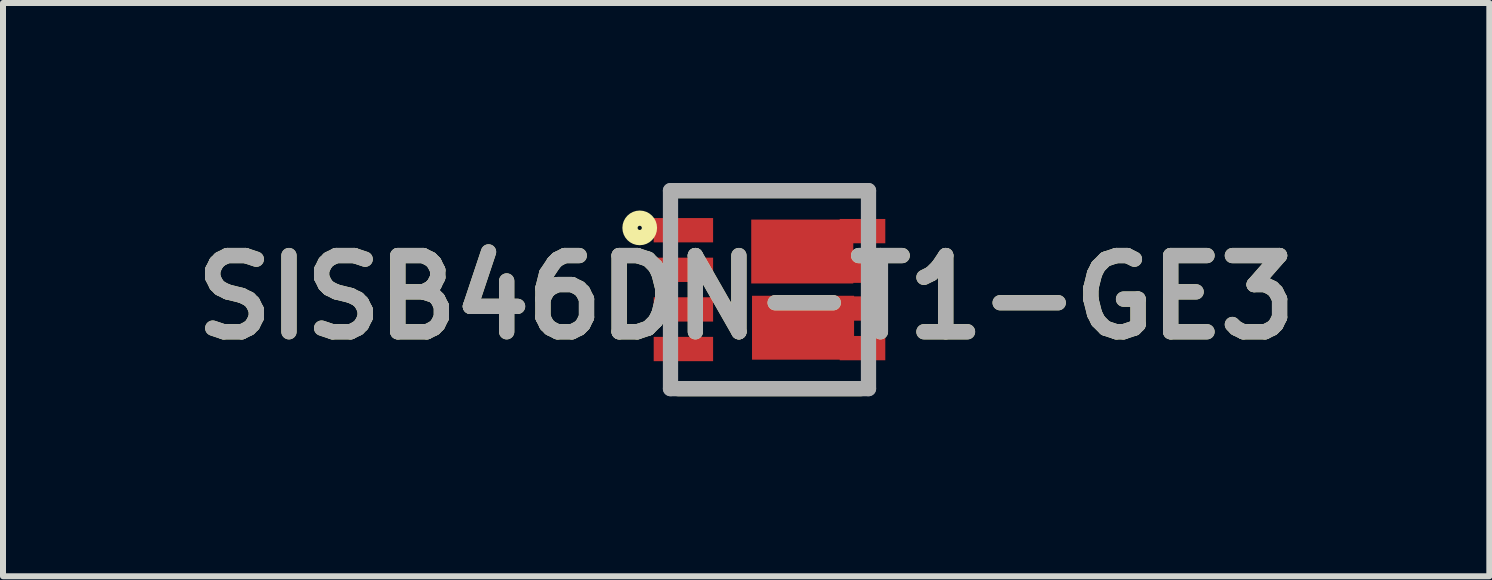
<source format=kicad_pcb>
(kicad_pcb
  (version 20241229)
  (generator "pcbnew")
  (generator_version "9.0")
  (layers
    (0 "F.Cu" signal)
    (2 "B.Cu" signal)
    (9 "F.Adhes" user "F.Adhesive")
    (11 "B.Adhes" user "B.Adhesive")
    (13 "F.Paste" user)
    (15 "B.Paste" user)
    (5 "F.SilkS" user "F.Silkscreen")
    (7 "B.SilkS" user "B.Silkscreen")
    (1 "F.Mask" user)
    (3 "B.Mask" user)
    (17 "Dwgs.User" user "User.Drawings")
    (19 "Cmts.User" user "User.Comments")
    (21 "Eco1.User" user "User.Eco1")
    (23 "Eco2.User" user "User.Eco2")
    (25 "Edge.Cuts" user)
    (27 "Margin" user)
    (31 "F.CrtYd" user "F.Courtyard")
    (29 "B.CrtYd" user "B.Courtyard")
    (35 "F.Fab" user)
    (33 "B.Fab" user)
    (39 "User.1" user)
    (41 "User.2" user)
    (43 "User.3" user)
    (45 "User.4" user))
  (footprint "SISB46DN-T1-GE3"
    (layer "F.Cu")
    (at 9.775 1.777)
    (property "Reference" "SISB46DN-T1-GE3" (at -0.389 0.128 0) (layer "F.SilkS") (effects (font (size 1.27 1.27) (thickness 0.254))))
    (attr smd)
    (fp_line (start -1.525 -1.65) (end 1.525 -1.65) (stroke (width 0.254) (type solid)) (layer "F.SilkS"))
    (fp_line (start -1.525 1.65) (end 1.525 1.65) (stroke (width 0.254) (type solid)) (layer "F.SilkS"))
    (fp_circle (center -2.163 -1.029) (end -2.163 -0.994) (stroke (width 0.254) (type solid)) (fill no) (layer "F.SilkS"))
    (fp_line (start -1.65 -1.65) (end 1.65 -1.65) (stroke (width 0.254) (type solid)) (layer "F.Fab"))
    (fp_line (start -1.65 1.65) (end -1.65 -1.65) (stroke (width 0.254) (type solid)) (layer "F.Fab"))
    (fp_line (start 1.65 -1.65) (end 1.65 1.65) (stroke (width 0.254) (type solid)) (layer "F.Fab"))
    (fp_line (start 1.65 1.65) (end -1.65 1.65) (stroke (width 0.254) (type solid)) (layer "F.Fab"))
    (fp_text user "${REFERENCE}" (at -0.389 0.128 0) (layer "F.Fab") (effects (font (size 1.27 1.27) (thickness 0.254))))
    (pad "1" smd rect (at -1.435 -0.99 90) (size 0.405 0.99) (layers "F.Cu" "F.Mask" "F.Paste"))
    (pad "2" smd rect (at -1.435 -0.33 90) (size 0.405 0.99) (layers "F.Cu" "F.Mask" "F.Paste"))
    (pad "3" smd rect (at -1.435 0.33 90) (size 0.405 0.99) (layers "F.Cu" "F.Mask" "F.Paste"))
    (pad "4" smd rect (at -1.435 0.99 90) (size 0.405 0.99) (layers "F.Cu" "F.Mask" "F.Paste"))
    (pad "5" smd rect (at 1.55 0.975 90) (size 0.405 0.76) (layers "F.Cu" "F.Mask" "F.Paste"))
    (pad "6" smd rect (at 1.55 0.315 90) (size 0.405 0.76) (layers "F.Cu" "F.Mask" "F.Paste"))
    (pad "7" smd rect (at 1.55 -0.315 90) (size 0.405 0.76) (layers "F.Cu" "F.Mask" "F.Paste"))
    (pad "8" smd rect (at 1.55 -0.975 90) (size 0.405 0.76) (layers "F.Cu" "F.Mask" "F.Paste"))
    (pad "9" smd rect (at 0.546 -0.635 90) (size 1.065 1.701) (layers "F.Cu" "F.Mask" "F.Paste"))
    (pad "10" smd rect (at 0.559 0.635 90) (size 1.065 1.701) (layers "F.Cu" "F.Mask" "F.Paste")))
  (gr_rect
    (start -3 -3)
    (end 21.772 6.554)
    (stroke (width 0.1) (type default))
    (fill no)
    (layer "Edge.Cuts")))
</source>
